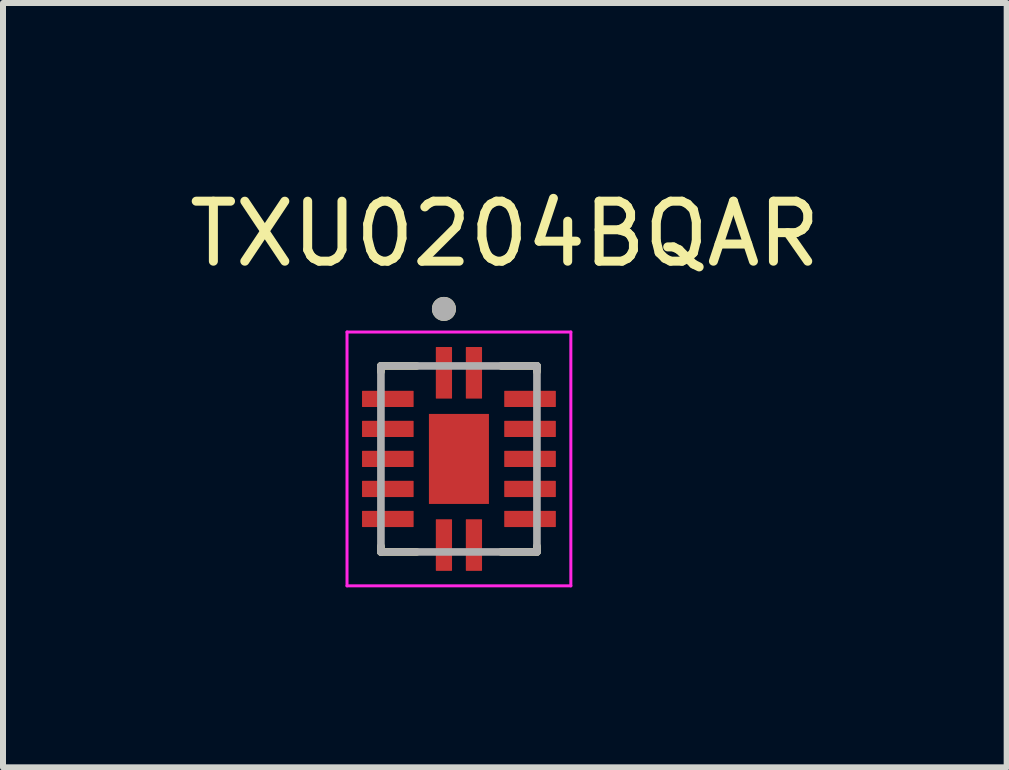
<source format=kicad_pcb>
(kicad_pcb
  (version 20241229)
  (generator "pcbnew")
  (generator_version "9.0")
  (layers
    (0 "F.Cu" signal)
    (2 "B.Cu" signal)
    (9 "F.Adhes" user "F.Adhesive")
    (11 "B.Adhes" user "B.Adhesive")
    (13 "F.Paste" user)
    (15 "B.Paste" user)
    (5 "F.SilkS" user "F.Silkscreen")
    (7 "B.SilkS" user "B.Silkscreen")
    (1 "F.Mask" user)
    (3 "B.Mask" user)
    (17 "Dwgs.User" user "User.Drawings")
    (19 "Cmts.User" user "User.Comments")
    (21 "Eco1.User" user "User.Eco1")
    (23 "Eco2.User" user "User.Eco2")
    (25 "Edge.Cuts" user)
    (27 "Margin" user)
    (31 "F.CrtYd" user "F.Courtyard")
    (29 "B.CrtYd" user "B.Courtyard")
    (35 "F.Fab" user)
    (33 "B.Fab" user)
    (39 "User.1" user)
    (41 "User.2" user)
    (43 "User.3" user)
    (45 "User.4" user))
  (footprint "TXU0204BQAR"
    (layer "F.Cu")
    (at 4.598 4.598)
    (property "Reference" "TXU0204BQAR" (at 0.765 -3.75 0) (layer "F.SilkS") (effects (font (size 1 1) (thickness 0.15))))
    (attr through_hole)
    (fp_line (start -1.3 -1.55) (end -1.3 -1.455) (stroke (width 0.127) (type solid)) (layer "F.SilkS"))
    (fp_line (start -1.3 -1.55) (end -0.705 -1.55) (stroke (width 0.127) (type solid)) (layer "F.SilkS"))
    (fp_line (start -1.3 1.55) (end -1.3 1.455) (stroke (width 0.127) (type solid)) (layer "F.SilkS"))
    (fp_line (start -1.3 1.55) (end -0.705 1.55) (stroke (width 0.127) (type solid)) (layer "F.SilkS"))
    (fp_line (start 1.3 -1.55) (end 0.705 -1.55) (stroke (width 0.127) (type solid)) (layer "F.SilkS"))
    (fp_line (start 1.3 -1.55) (end 1.3 -1.455) (stroke (width 0.127) (type solid)) (layer "F.SilkS"))
    (fp_line (start 1.3 1.55) (end 0.705 1.55) (stroke (width 0.127) (type solid)) (layer "F.SilkS"))
    (fp_line (start 1.3 1.55) (end 1.3 1.455) (stroke (width 0.127) (type solid)) (layer "F.SilkS"))
    (fp_circle (center -0.25 -2.5) (end -0.15 -2.5) (stroke (width 0.2) (type solid)) (fill no) (layer "F.SilkS"))
    (fp_poly (pts (xy -0.32 -0.47) (xy 0.32 -0.47) (xy 0.32 0.47) (xy -0.32 0.47)) (stroke (width 0.01) (type solid)) (fill yes) (layer "F.Paste"))
    (fp_line (start -1.865 -2.115) (end 1.865 -2.115) (stroke (width 0.05) (type solid)) (layer "F.CrtYd"))
    (fp_line (start -1.865 2.115) (end -1.865 -2.115) (stroke (width 0.05) (type solid)) (layer "F.CrtYd"))
    (fp_line (start -1.865 2.115) (end 1.865 2.115) (stroke (width 0.05) (type solid)) (layer "F.CrtYd"))
    (fp_line (start 1.865 2.115) (end 1.865 -2.115) (stroke (width 0.05) (type solid)) (layer "F.CrtYd"))
    (fp_line (start -1.3 1.55) (end -1.3 -1.55) (stroke (width 0.127) (type solid)) (layer "F.Fab"))
    (fp_line (start 1.3 -1.55) (end -1.3 -1.55) (stroke (width 0.127) (type solid)) (layer "F.Fab"))
    (fp_line (start 1.3 1.55) (end -1.3 1.55) (stroke (width 0.127) (type solid)) (layer "F.Fab"))
    (fp_line (start 1.3 1.55) (end 1.3 -1.55) (stroke (width 0.127) (type solid)) (layer "F.Fab"))
    (fp_circle (center -0.25 -2.5) (end -0.15 -2.5) (stroke (width 0.2) (type solid)) (fill no) (layer "F.Fab"))
    (pad "1" smd roundrect (at -0.25 -1.435 90) (size 0.86 0.27) (layers "F.Cu" "F.Mask" "F.Paste") (roundrect_rratio 0.03))
    (pad "2" smd roundrect (at -1.185 -1) (size 0.86 0.27) (layers "F.Cu" "F.Mask" "F.Paste") (roundrect_rratio 0.03))
    (pad "3" smd roundrect (at -1.185 -0.5) (size 0.86 0.27) (layers "F.Cu" "F.Mask" "F.Paste") (roundrect_rratio 0.03))
    (pad "4" smd roundrect (at -1.185 0) (size 0.86 0.27) (layers "F.Cu" "F.Mask" "F.Paste") (roundrect_rratio 0.03))
    (pad "5" smd roundrect (at -1.185 0.5) (size 0.86 0.27) (layers "F.Cu" "F.Mask" "F.Paste") (roundrect_rratio 0.03))
    (pad "6" smd roundrect (at -1.185 1) (size 0.86 0.27) (layers "F.Cu" "F.Mask" "F.Paste") (roundrect_rratio 0.03))
    (pad "7" smd roundrect (at -0.25 1.435 90) (size 0.86 0.27) (layers "F.Cu" "F.Mask" "F.Paste") (roundrect_rratio 0.03))
    (pad "8" smd roundrect (at 0.25 1.435 90) (size 0.86 0.27) (layers "F.Cu" "F.Mask" "F.Paste") (roundrect_rratio 0.03))
    (pad "9" smd roundrect (at 1.185 1) (size 0.86 0.27) (layers "F.Cu" "F.Mask" "F.Paste") (roundrect_rratio 0.03))
    (pad "10" smd roundrect (at 1.185 0.5) (size 0.86 0.27) (layers "F.Cu" "F.Mask" "F.Paste") (roundrect_rratio 0.03))
    (pad "11" smd roundrect (at 1.185 0) (size 0.86 0.27) (layers "F.Cu" "F.Mask" "F.Paste") (roundrect_rratio 0.03))
    (pad "12" smd roundrect (at 1.185 -0.5) (size 0.86 0.27) (layers "F.Cu" "F.Mask" "F.Paste") (roundrect_rratio 0.03))
    (pad "13" smd roundrect (at 1.185 -1) (size 0.86 0.27) (layers "F.Cu" "F.Mask" "F.Paste") (roundrect_rratio 0.03))
    (pad "14" smd roundrect (at 0.25 -1.435 90) (size 0.86 0.27) (layers "F.Cu" "F.Mask" "F.Paste") (roundrect_rratio 0.03))
    (pad "15" smd rect (at 0 0) (size 1 1.5) (layers "F.Cu" "F.Mask")))
  (gr_rect
    (start -3 -3)
    (end 13.726 9.738)
    (stroke (width 0.1) (type default))
    (fill no)
    (layer "Edge.Cuts")))
</source>
